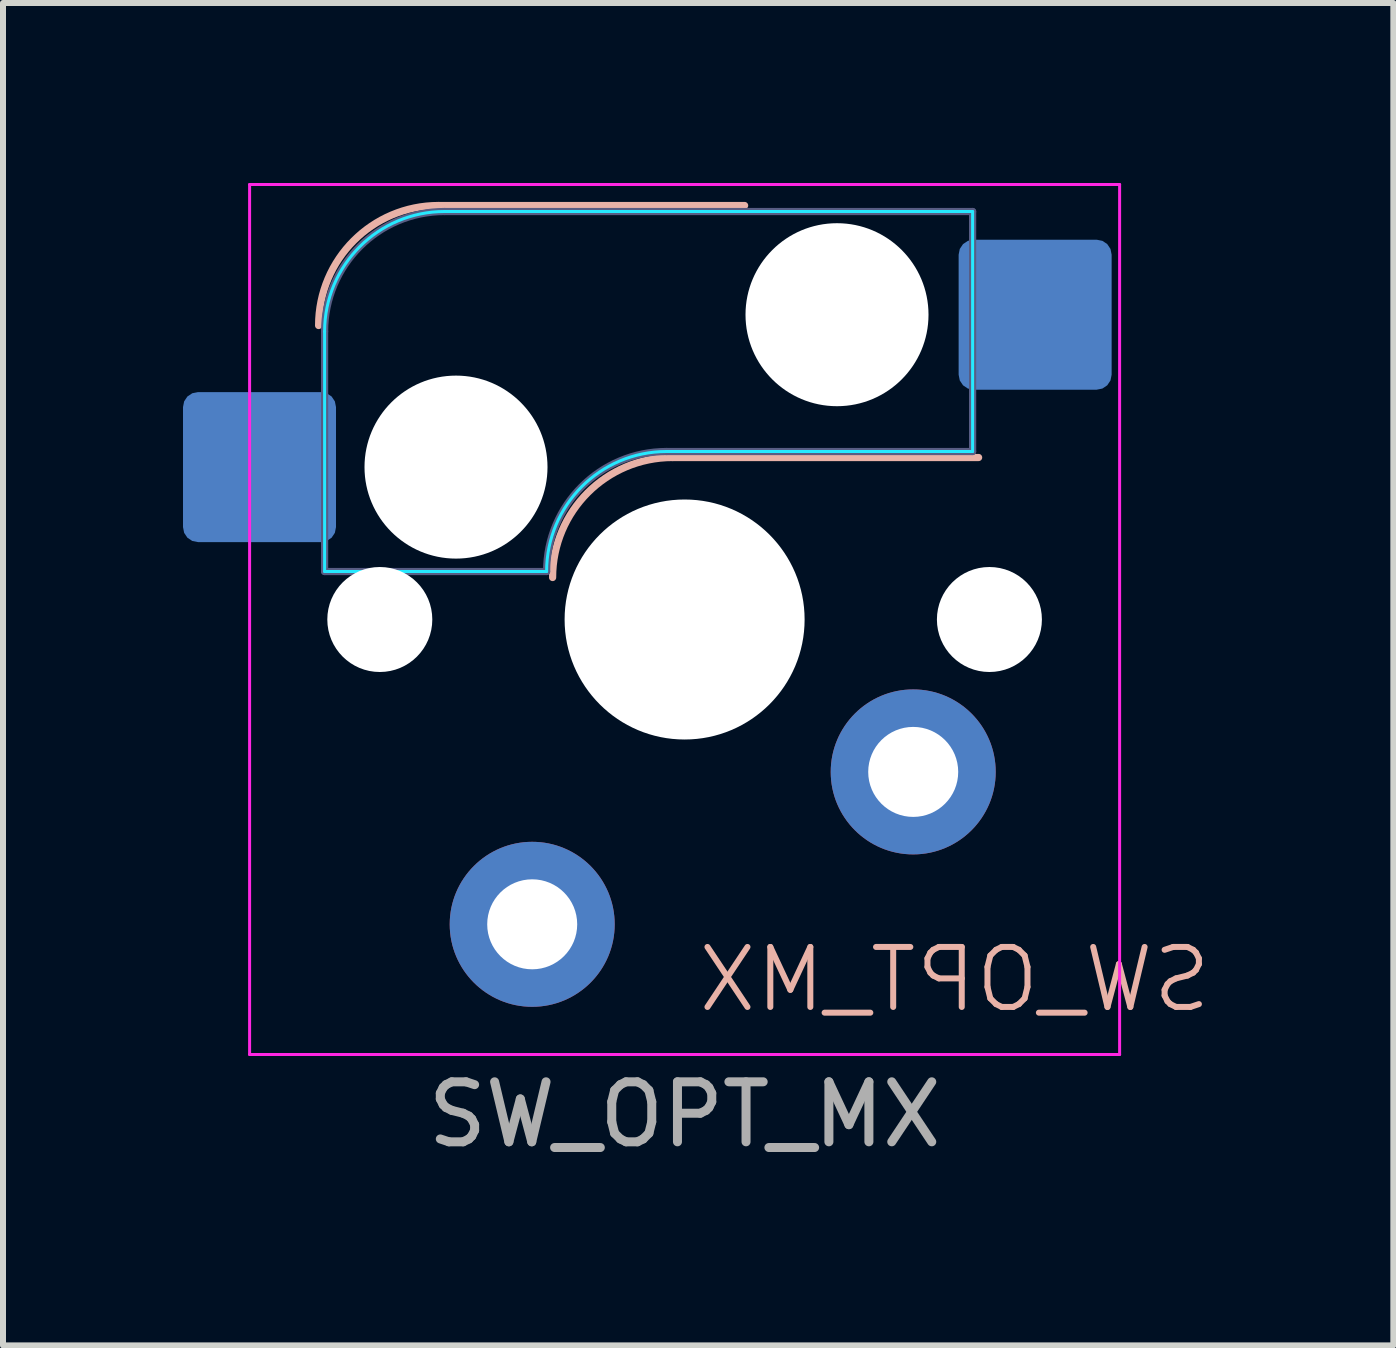
<source format=kicad_pcb>
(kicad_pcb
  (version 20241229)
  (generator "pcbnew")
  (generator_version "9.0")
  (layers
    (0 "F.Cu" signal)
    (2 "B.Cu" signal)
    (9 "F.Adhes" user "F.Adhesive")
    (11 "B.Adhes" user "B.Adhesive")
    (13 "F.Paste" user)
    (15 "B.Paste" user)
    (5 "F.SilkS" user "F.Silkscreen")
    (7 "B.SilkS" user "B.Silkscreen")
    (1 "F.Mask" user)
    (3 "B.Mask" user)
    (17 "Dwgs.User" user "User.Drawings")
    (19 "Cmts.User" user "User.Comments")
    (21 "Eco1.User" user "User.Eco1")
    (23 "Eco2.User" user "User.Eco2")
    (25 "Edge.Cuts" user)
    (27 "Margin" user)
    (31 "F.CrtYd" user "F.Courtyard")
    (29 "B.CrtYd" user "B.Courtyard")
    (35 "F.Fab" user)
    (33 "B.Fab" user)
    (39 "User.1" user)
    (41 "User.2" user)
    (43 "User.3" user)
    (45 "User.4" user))
  (footprint "SW_OPT_MX"
    (layer "F.Cu")
    (at 8.36 7.275)
    (property "Reference" "SW_OPT_MX" (at 4.5 6 0) (unlocked yes) (layer "B.SilkS") (effects (font (size 1 1) (thickness 0.1)) (justify mirror)))
    (attr through_hole)
    (fp_line (start -4.1 -6.9) (end 1 -6.9) (stroke (width 0.12) (type solid)) (layer "B.SilkS"))
    (fp_line (start -0.2 -2.7) (end 4.9 -2.7) (stroke (width 0.12) (type solid)) (layer "B.SilkS"))
    (fp_arc (start -6.1 -4.9) (mid -5.514214 -6.314214) (end -4.1 -6.9) (stroke (width 0.12) (type solid)) (layer "B.SilkS"))
    (fp_arc (start -2.2 -0.7) (mid -1.614214 -2.114214) (end -0.2 -2.7) (stroke (width 0.12) (type solid)) (layer "B.SilkS"))
    (fp_line (start -6 -0.8) (end -6 -4.8) (stroke (width 0.05) (type solid)) (layer "B.CrtYd"))
    (fp_line (start -6 -0.8) (end -2.3 -0.8) (stroke (width 0.05) (type solid)) (layer "B.CrtYd"))
    (fp_line (start -4 -6.8) (end 4.8 -6.8) (stroke (width 0.05) (type solid)) (layer "B.CrtYd"))
    (fp_line (start -0.3 -2.8) (end 4.8 -2.8) (stroke (width 0.05) (type solid)) (layer "B.CrtYd"))
    (fp_line (start 4.8 -6.8) (end 4.8 -2.8) (stroke (width 0.05) (type solid)) (layer "B.CrtYd"))
    (fp_arc (start -6 -4.8) (mid -5.414214 -6.214213) (end -4 -6.8) (stroke (width 0.05) (type solid)) (layer "B.CrtYd"))
    (fp_arc (start -2.3 -0.8) (mid -1.714213 -2.214213) (end -0.3 -2.8) (stroke (width 0.05) (type solid)) (layer "B.CrtYd"))
    (fp_line (start -7.25 -7.25) (end -7.25 7.25) (stroke (width 0.05) (type solid)) (layer "F.CrtYd"))
    (fp_line (start -7.25 7.25) (end 7.25 7.25) (stroke (width 0.05) (type solid)) (layer "F.CrtYd"))
    (fp_line (start 7.25 7.25) (end 7.25 -7.25) (stroke (width 0.05) (type solid)) (layer "F.CrtYd"))
    (fp_line (start 7.25 -7.25) (end -7.25 -7.25) (stroke (width 0.05) (type solid)) (layer "F.CrtYd"))
    (fp_line (start -6 -0.8) (end -6 -4.8) (stroke (width 0.12) (type solid)) (layer "B.Fab"))
    (fp_line (start -6 -0.8) (end -2.3 -0.8) (stroke (width 0.12) (type solid)) (layer "B.Fab"))
    (fp_line (start -4 -6.8) (end 4.8 -6.8) (stroke (width 0.12) (type solid)) (layer "B.Fab"))
    (fp_line (start -0.3 -2.8) (end 4.8 -2.8) (stroke (width 0.12) (type solid)) (layer "B.Fab"))
    (fp_line (start 4.8 -6.8) (end 4.8 -2.8) (stroke (width 0.12) (type solid)) (layer "B.Fab"))
    (fp_arc (start -6 -4.8) (mid -5.414214 -6.214213) (end -4 -6.8) (stroke (width 0.12) (type solid)) (layer "B.Fab"))
    (fp_arc (start -2.3 -0.8) (mid -1.714213 -2.214213) (end -0.3 -2.8) (stroke (width 0.12) (type solid)) (layer "B.Fab"))
    (fp_line (start -7.1 -7.1) (end -7.1 7.1) (stroke (width 0.12) (type solid)) (layer "User.4"))
    (fp_line (start -7.1 7.1) (end 7.1 7.1) (stroke (width 0.12) (type solid)) (layer "User.4"))
    (fp_line (start 7.1 7.1) (end 7.1 -7.1) (stroke (width 0.12) (type solid)) (layer "User.4"))
    (fp_line (start 7.1 -7.1) (end -7.1 -7.1) (stroke (width 0.12) (type solid)) (layer "User.4"))
    (fp_text user "${REFERENCE}" (at 0 8.25 0) (unlocked yes) (layer "F.Fab") (effects (font (size 1 1) (thickness 0.15))))
    (pad "" np_thru_hole circle (at -5.08 0) (size 1.75 1.75) (drill 1.75) (layers "*.Cu" "*.Mask"))
    (pad "" np_thru_hole circle (at -3.81 -2.54) (size 3.05 3.05) (drill 3.05) (layers "*.Cu" "*.Mask"))
    (pad "" np_thru_hole circle (at 0 0) (size 4 4) (drill 4) (layers "*.Cu" "*.Mask"))
    (pad "" np_thru_hole circle (at 2.54 -5.08) (size 3.05 3.05) (drill 3.05) (layers "*.Cu" "*.Mask"))
    (pad "" np_thru_hole circle (at 5.08 0) (size 1.75 1.75) (drill 1.75) (layers "*.Cu" "*.Mask"))
    (pad "1" smd roundrect (at -7.085 -2.54) (size 2.55 2.5) (layers "B.Cu" "B.Mask" "B.Paste") (roundrect_rratio 0.1))
    (pad "1" thru_hole circle (at -2.54 5.08 180) (size 2.75 2.75) (drill 1.5) (layers "*.Cu" "*.Mask"))
    (pad "2" thru_hole circle (at 3.81 2.54 180) (size 2.75 2.75) (drill 1.5) (layers "*.Cu" "*.Mask"))
    (pad "2" smd roundrect (at 5.842 -5.08) (size 2.55 2.5) (layers "B.Cu" "B.Mask" "B.Paste") (roundrect_rratio 0.1)))
  (gr_rect
    (start -3 -3)
    (end 20.172 19.373)
    (stroke (width 0.1) (type default))
    (fill no)
    (layer "Edge.Cuts")))
</source>
